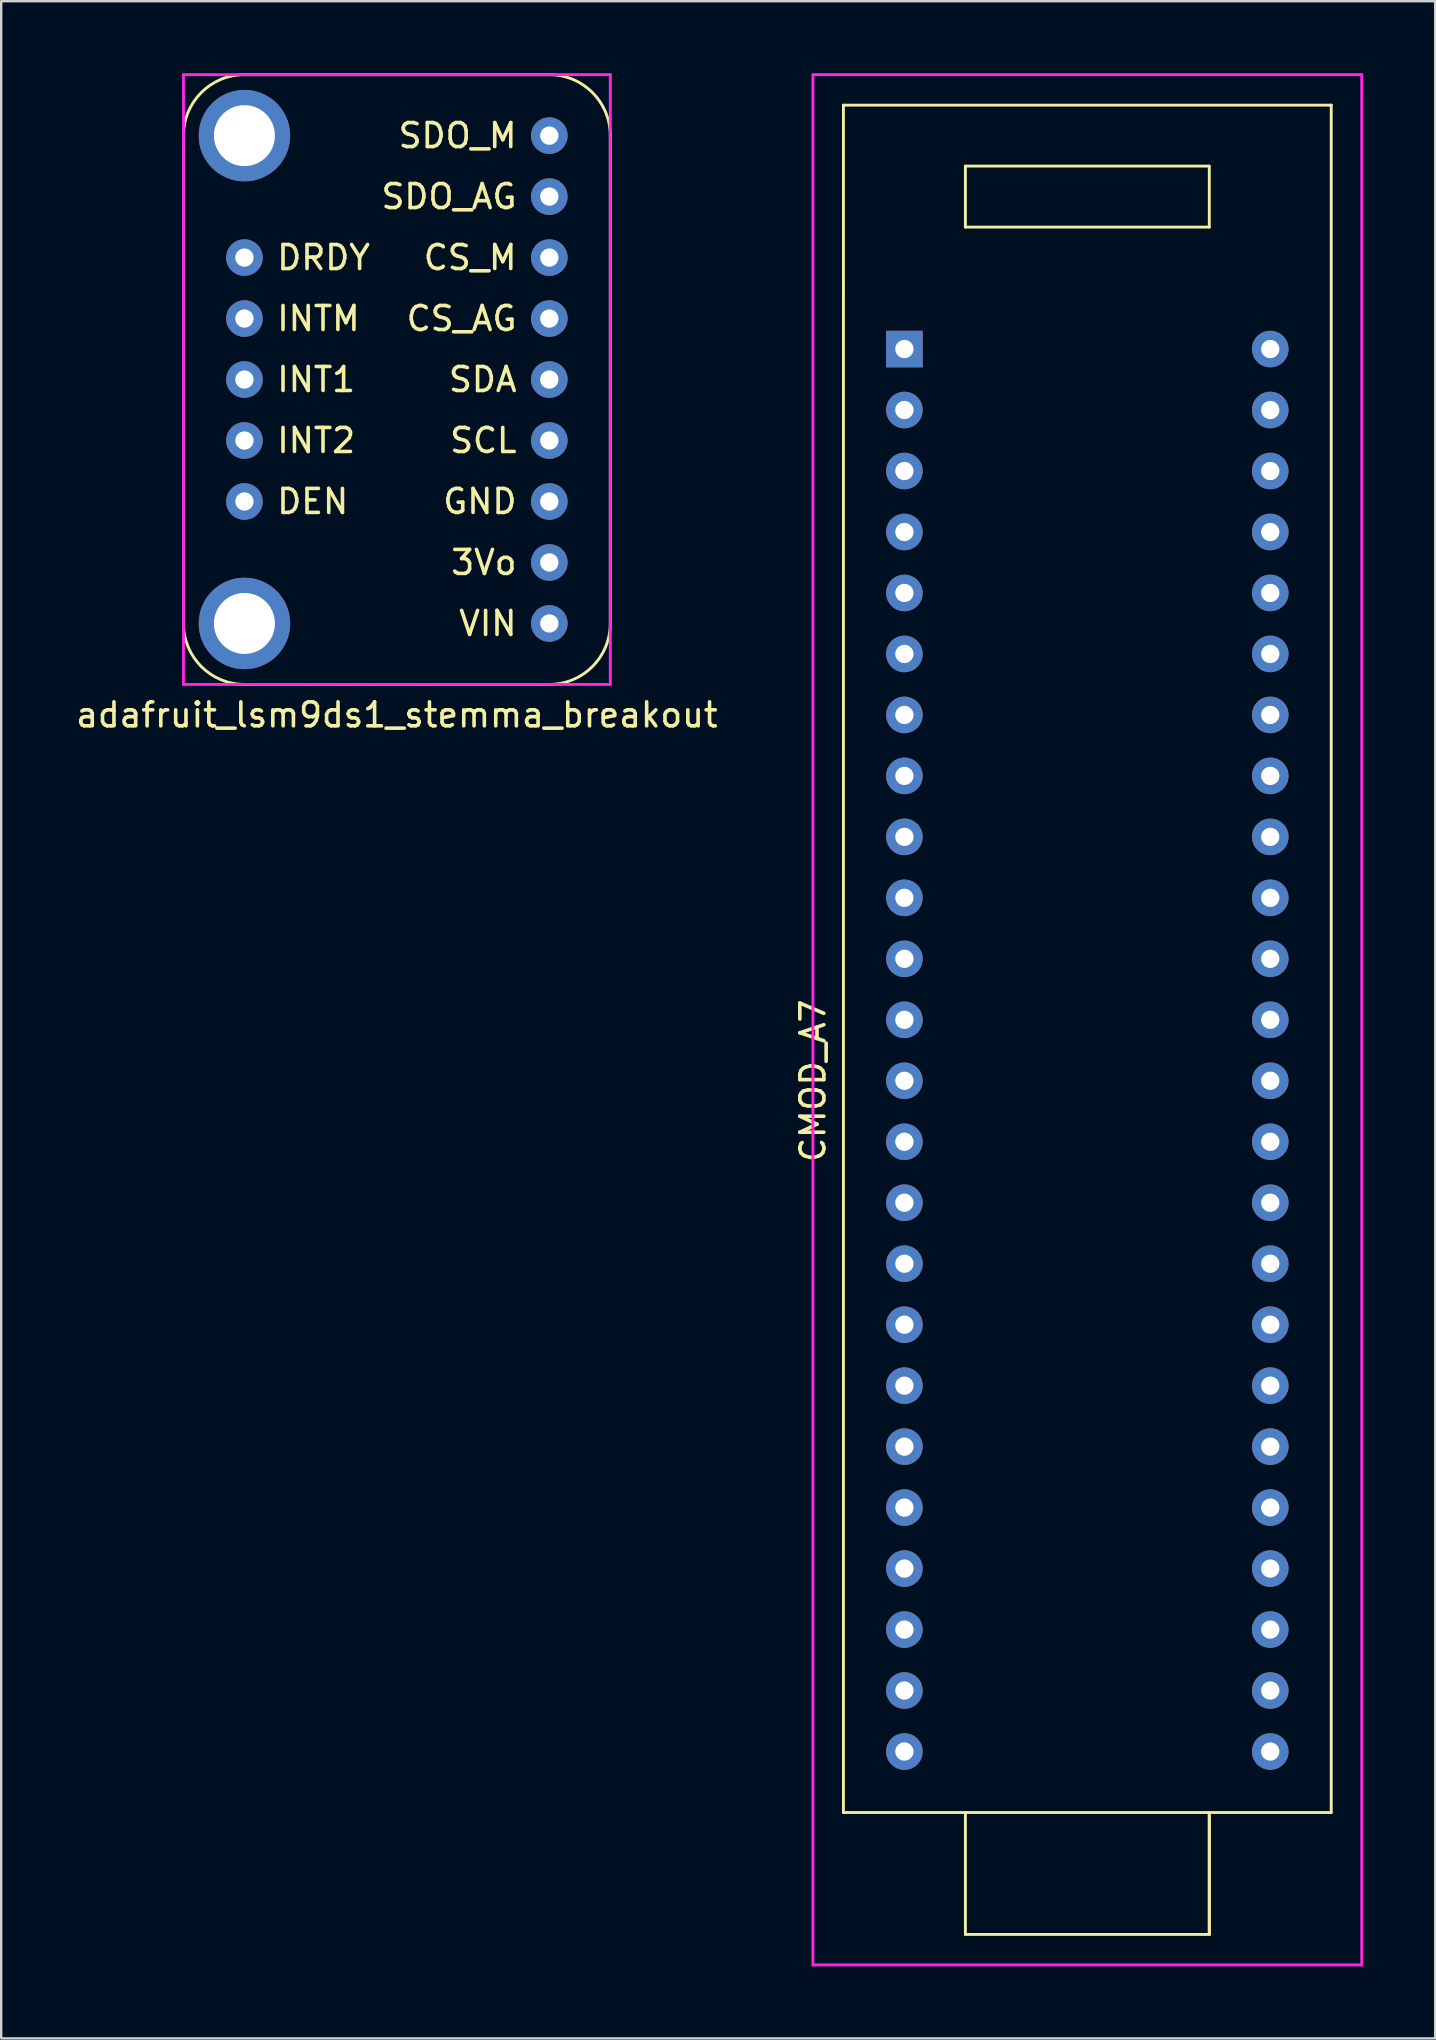
<source format=kicad_pcb>
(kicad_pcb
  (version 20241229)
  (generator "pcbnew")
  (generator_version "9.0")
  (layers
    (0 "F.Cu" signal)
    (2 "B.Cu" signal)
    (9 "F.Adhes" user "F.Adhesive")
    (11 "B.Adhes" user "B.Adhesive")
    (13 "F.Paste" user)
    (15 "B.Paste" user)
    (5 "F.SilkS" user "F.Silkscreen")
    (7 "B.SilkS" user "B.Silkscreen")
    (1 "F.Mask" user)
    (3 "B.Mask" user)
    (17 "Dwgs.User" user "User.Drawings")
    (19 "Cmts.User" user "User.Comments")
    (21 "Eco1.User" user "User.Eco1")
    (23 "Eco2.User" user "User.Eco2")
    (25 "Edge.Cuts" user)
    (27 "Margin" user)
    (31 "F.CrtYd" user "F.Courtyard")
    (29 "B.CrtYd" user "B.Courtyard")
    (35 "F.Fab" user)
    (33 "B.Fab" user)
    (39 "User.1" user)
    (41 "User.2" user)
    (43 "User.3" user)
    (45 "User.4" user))
  (footprint "adafruit_lsm9ds1_stemma_breakout"
    (layer "F.Cu")
    (at 13.482 12.76)
    (property "Reference" "adafruit_lsm9ds1_stemma_breakout" (at 0 13.97 0) (layer "F.SilkS") (effects (font (size 1 1) (thickness 0.15))))
    (attr through_hole)
    (fp_line (start -8.89 -10.16) (end -8.89 10.16) (stroke (width 0.12) (type solid)) (layer "F.SilkS"))
    (fp_line (start -6.35 12.7) (end 6.35 12.7) (stroke (width 0.12) (type solid)) (layer "F.SilkS"))
    (fp_line (start 6.35 -12.7) (end -6.35 -12.7) (stroke (width 0.12) (type solid)) (layer "F.SilkS"))
    (fp_line (start 8.89 10.16) (end 8.89 -10.16) (stroke (width 0.12) (type solid)) (layer "F.SilkS"))
    (fp_arc (start -8.89 -10.16) (mid -8.146051 -11.956051) (end -6.35 -12.7) (stroke (width 0.12) (type solid)) (layer "F.SilkS"))
    (fp_arc (start -6.35 12.7) (mid -8.146051 11.956051) (end -8.89 10.16) (stroke (width 0.12) (type solid)) (layer "F.SilkS"))
    (fp_arc (start 6.35 -12.7) (mid 8.146051 -11.956051) (end 8.89 -10.16) (stroke (width 0.12) (type solid)) (layer "F.SilkS"))
    (fp_arc (start 8.89 10.16) (mid 8.146051 11.956051) (end 6.35 12.7) (stroke (width 0.12) (type solid)) (layer "F.SilkS"))
    (fp_line (start -8.89 -12.7) (end -8.89 12.7) (stroke (width 0.12) (type solid)) (layer "F.CrtYd"))
    (fp_line (start 8.89 -12.7) (end -8.89 -12.7) (stroke (width 0.12) (type solid)) (layer "F.CrtYd"))
    (fp_line (start 8.89 12.7) (end -8.89 12.7) (stroke (width 0.12) (type solid)) (layer "F.CrtYd"))
    (fp_line (start 8.89 12.7) (end 8.89 -12.7) (stroke (width 0.12) (type solid)) (layer "F.CrtYd"))
    (fp_text user "GND" (at 5.08 5.08 0) (layer "F.SilkS") (effects (font (size 1 1) (thickness 0.15)) (justify right)))
    (fp_text user "DRDY" (at -5.08 -5.08 0) (layer "F.SilkS") (effects (font (size 1 1) (thickness 0.15)) (justify left)))
    (fp_text user "SDA" (at 5.08 0 0) (layer "F.SilkS") (effects (font (size 1 1) (thickness 0.15)) (justify right)))
    (fp_text user "INT1" (at -5.08 0 0) (layer "F.SilkS") (effects (font (size 1 1) (thickness 0.15)) (justify left)))
    (fp_text user "CS_AG" (at 5.08 -2.54 0) (layer "F.SilkS") (effects (font (size 1 1) (thickness 0.15)) (justify right)))
    (fp_text user "DEN" (at -5.08 5.08 0) (layer "F.SilkS") (effects (font (size 1 1) (thickness 0.15)) (justify left)))
    (fp_text user "INTM" (at -5.08 -2.54 0) (layer "F.SilkS") (effects (font (size 1 1) (thickness 0.15)) (justify left)))
    (fp_text user "CS_M" (at 5.08 -5.08 0) (layer "F.SilkS") (effects (font (size 1 1) (thickness 0.15)) (justify right)))
    (fp_text user "SCL" (at 5.08 2.54 0) (layer "F.SilkS") (effects (font (size 1 1) (thickness 0.15)) (justify right)))
    (fp_text user "SDO_AG" (at 5.08 -7.62 0) (layer "F.SilkS") (effects (font (size 1 1) (thickness 0.15)) (justify right)))
    (fp_text user "VIN" (at 5.08 10.16 0) (layer "F.SilkS") (effects (font (size 1 1) (thickness 0.15)) (justify right)))
    (fp_text user "SDO_M" (at 5.08 -10.16 0) (layer "F.SilkS") (effects (font (size 1 1) (thickness 0.15)) (justify right)))
    (fp_text user "INT2" (at -5.08 2.54 0) (layer "F.SilkS") (effects (font (size 1 1) (thickness 0.15)) (justify left)))
    (fp_text user "3Vo" (at 5.08 7.62 0) (layer "F.SilkS") (effects (font (size 1 1) (thickness 0.15)) (justify right)))
    (pad "" np_thru_hole circle (at -6.35 -10.16) (size 3.81 3.81) (drill 2.54) (layers "*.Cu" "*.Mask"))
    (pad "" np_thru_hole circle (at -6.35 10.16) (size 3.81 3.81) (drill 2.54) (layers "*.Cu" "*.Mask"))
    (pad "1" thru_hole circle (at -6.35 -5.08) (size 1.524 1.524) (drill 0.762) (layers "*.Cu" "*.Mask"))
    (pad "2" thru_hole circle (at -6.35 -2.54) (size 1.524 1.524) (drill 0.762) (layers "*.Cu" "*.Mask"))
    (pad "3" thru_hole circle (at -6.35 0) (size 1.524 1.524) (drill 0.762) (layers "*.Cu" "*.Mask"))
    (pad "4" thru_hole circle (at -6.35 2.54) (size 1.524 1.524) (drill 0.762) (layers "*.Cu" "*.Mask"))
    (pad "5" thru_hole circle (at -6.35 5.08) (size 1.524 1.524) (drill 0.762) (layers "*.Cu" "*.Mask"))
    (pad "6" thru_hole circle (at 6.35 10.16) (size 1.524 1.524) (drill 0.762) (layers "*.Cu" "*.Mask"))
    (pad "7" thru_hole circle (at 6.35 7.62) (size 1.524 1.524) (drill 0.762) (layers "*.Cu" "*.Mask"))
    (pad "8" thru_hole circle (at 6.35 5.08) (size 1.524 1.524) (drill 0.762) (layers "*.Cu" "*.Mask"))
    (pad "9" thru_hole circle (at 6.35 2.54) (size 1.524 1.524) (drill 0.762) (layers "*.Cu" "*.Mask"))
    (pad "10" thru_hole circle (at 6.35 0) (size 1.524 1.524) (drill 0.762) (layers "*.Cu" "*.Mask"))
    (pad "11" thru_hole circle (at 6.35 -2.54) (size 1.524 1.524) (drill 0.762) (layers "*.Cu" "*.Mask"))
    (pad "12" thru_hole circle (at 6.35 -5.08) (size 1.524 1.524) (drill 0.762) (layers "*.Cu" "*.Mask"))
    (pad "13" thru_hole circle (at 6.35 -7.62) (size 1.524 1.524) (drill 0.762) (layers "*.Cu" "*.Mask"))
    (pad "14" thru_hole circle (at 6.35 -10.16) (size 1.524 1.524) (drill 0.762) (layers "*.Cu" "*.Mask")))
  (footprint "CMOD_A7"
    (layer "F.Cu")
    (at 42.243 41.97)
    (property "Reference" "CMOD_A7" (at -11.43 0 90) (unlocked yes) (layer "F.SilkS") (effects (font (size 1 1) (thickness 0.15))))
    (attr through_hole)
    (fp_line (start -10.16 -33.02) (end -10.16 -40.64) (stroke (width 0.12) (type solid)) (layer "F.SilkS"))
    (fp_line (start -10.16 -33.02) (end -10.16 30.48) (stroke (width 0.12) (type solid)) (layer "F.SilkS"))
    (fp_line (start -10.16 30.48) (end 10.16 30.48) (stroke (width 0.12) (type solid)) (layer "F.SilkS"))
    (fp_line (start -5.08 -38.1) (end -5.08 -35.56) (stroke (width 0.12) (type solid)) (layer "F.SilkS"))
    (fp_line (start -5.08 -35.56) (end 5.08 -35.56) (stroke (width 0.12) (type solid)) (layer "F.SilkS"))
    (fp_line (start -5.08 30.48) (end -5.08 35.56) (stroke (width 0.12) (type solid)) (layer "F.SilkS"))
    (fp_line (start -5.08 35.56) (end 5.08 35.56) (stroke (width 0.12) (type solid)) (layer "F.SilkS"))
    (fp_line (start 5.08 -38.1) (end -5.08 -38.1) (stroke (width 0.12) (type solid)) (layer "F.SilkS"))
    (fp_line (start 5.08 -35.56) (end 5.08 -38.1) (stroke (width 0.12) (type solid)) (layer "F.SilkS"))
    (fp_line (start 5.08 30.48) (end 5.08 35.56) (stroke (width 0.12) (type solid)) (layer "F.SilkS"))
    (fp_line (start 5.08 35.56) (end 5.08 30.48) (stroke (width 0.12) (type solid)) (layer "F.SilkS"))
    (fp_line (start 10.16 -40.64) (end -10.16 -40.64) (stroke (width 0.12) (type solid)) (layer "F.SilkS"))
    (fp_line (start 10.16 30.48) (end 10.16 -40.64) (stroke (width 0.12) (type solid)) (layer "F.SilkS"))
    (fp_line (start -11.43 -41.91) (end -11.43 36.83) (stroke (width 0.12) (type solid)) (layer "F.CrtYd"))
    (fp_line (start -11.43 36.83) (end 11.43 36.83) (stroke (width 0.12) (type solid)) (layer "F.CrtYd"))
    (fp_line (start 11.43 -41.91) (end -11.43 -41.91) (stroke (width 0.12) (type solid)) (layer "F.CrtYd"))
    (fp_line (start 11.43 36.83) (end 11.43 -41.91) (stroke (width 0.12) (type solid)) (layer "F.CrtYd"))
    (pad "1" thru_hole rect (at -7.62 -30.48) (size 1.524 1.524) (drill 0.762) (layers "*.Cu" "*.Mask"))
    (pad "2" thru_hole circle (at -7.62 -27.94) (size 1.524 1.524) (drill 0.762) (layers "*.Cu" "*.Mask"))
    (pad "3" thru_hole circle (at -7.62 -25.4) (size 1.524 1.524) (drill 0.762) (layers "*.Cu" "*.Mask"))
    (pad "4" thru_hole circle (at -7.62 -22.86) (size 1.524 1.524) (drill 0.762) (layers "*.Cu" "*.Mask"))
    (pad "5" thru_hole circle (at -7.62 -20.32) (size 1.524 1.524) (drill 0.762) (layers "*.Cu" "*.Mask"))
    (pad "6" thru_hole circle (at -7.62 -17.78) (size 1.524 1.524) (drill 0.762) (layers "*.Cu" "*.Mask"))
    (pad "7" thru_hole circle (at -7.62 -15.24) (size 1.524 1.524) (drill 0.762) (layers "*.Cu" "*.Mask"))
    (pad "8" thru_hole circle (at -7.62 -12.7) (size 1.524 1.524) (drill 0.762) (layers "*.Cu" "*.Mask"))
    (pad "9" thru_hole circle (at -7.62 -10.16) (size 1.524 1.524) (drill 0.762) (layers "*.Cu" "*.Mask"))
    (pad "10" thru_hole circle (at -7.62 -7.62) (size 1.524 1.524) (drill 0.762) (layers "*.Cu" "*.Mask"))
    (pad "11" thru_hole circle (at -7.62 -5.08) (size 1.524 1.524) (drill 0.762) (layers "*.Cu" "*.Mask"))
    (pad "12" thru_hole circle (at -7.62 -2.54) (size 1.524 1.524) (drill 0.762) (layers "*.Cu" "*.Mask"))
    (pad "13" thru_hole circle (at -7.62 0) (size 1.524 1.524) (drill 0.762) (layers "*.Cu" "*.Mask"))
    (pad "14" thru_hole circle (at -7.62 2.54) (size 1.524 1.524) (drill 0.762) (layers "*.Cu" "*.Mask"))
    (pad "15" thru_hole circle (at -7.62 5.08) (size 1.524 1.524) (drill 0.762) (layers "*.Cu" "*.Mask"))
    (pad "16" thru_hole circle (at -7.62 7.62) (size 1.524 1.524) (drill 0.762) (layers "*.Cu" "*.Mask"))
    (pad "17" thru_hole circle (at -7.62 10.16) (size 1.524 1.524) (drill 0.762) (layers "*.Cu" "*.Mask"))
    (pad "18" thru_hole circle (at -7.62 12.7) (size 1.524 1.524) (drill 0.762) (layers "*.Cu" "*.Mask"))
    (pad "19" thru_hole circle (at -7.62 15.24) (size 1.524 1.524) (drill 0.762) (layers "*.Cu" "*.Mask"))
    (pad "20" thru_hole circle (at -7.62 17.78) (size 1.524 1.524) (drill 0.762) (layers "*.Cu" "*.Mask"))
    (pad "21" thru_hole circle (at -7.62 20.32) (size 1.524 1.524) (drill 0.762) (layers "*.Cu" "*.Mask"))
    (pad "22" thru_hole circle (at -7.62 22.86) (size 1.524 1.524) (drill 0.762) (layers "*.Cu" "*.Mask"))
    (pad "23" thru_hole circle (at -7.62 25.4) (size 1.524 1.524) (drill 0.762) (layers "*.Cu" "*.Mask"))
    (pad "24" thru_hole circle (at -7.62 27.94) (size 1.524 1.524) (drill 0.762) (layers "*.Cu" "*.Mask"))
    (pad "25" thru_hole circle (at 7.62 27.94) (size 1.524 1.524) (drill 0.762) (layers "*.Cu" "*.Mask"))
    (pad "26" thru_hole circle (at 7.62 25.4) (size 1.524 1.524) (drill 0.762) (layers "*.Cu" "*.Mask"))
    (pad "27" thru_hole circle (at 7.62 22.86) (size 1.524 1.524) (drill 0.762) (layers "*.Cu" "*.Mask"))
    (pad "28" thru_hole circle (at 7.62 20.32) (size 1.524 1.524) (drill 0.762) (layers "*.Cu" "*.Mask"))
    (pad "29" thru_hole circle (at 7.62 17.78) (size 1.524 1.524) (drill 0.762) (layers "*.Cu" "*.Mask"))
    (pad "30" thru_hole circle (at 7.62 15.24) (size 1.524 1.524) (drill 0.762) (layers "*.Cu" "*.Mask"))
    (pad "31" thru_hole circle (at 7.62 12.7) (size 1.524 1.524) (drill 0.762) (layers "*.Cu" "*.Mask"))
    (pad "32" thru_hole circle (at 7.62 10.16) (size 1.524 1.524) (drill 0.762) (layers "*.Cu" "*.Mask"))
    (pad "33" thru_hole circle (at 7.62 7.62) (size 1.524 1.524) (drill 0.762) (layers "*.Cu" "*.Mask"))
    (pad "34" thru_hole circle (at 7.62 5.08) (size 1.524 1.524) (drill 0.762) (layers "*.Cu" "*.Mask"))
    (pad "35" thru_hole circle (at 7.62 2.54) (size 1.524 1.524) (drill 0.762) (layers "*.Cu" "*.Mask"))
    (pad "36" thru_hole circle (at 7.62 0) (size 1.524 1.524) (drill 0.762) (layers "*.Cu" "*.Mask"))
    (pad "37" thru_hole circle (at 7.62 -2.54) (size 1.524 1.524) (drill 0.762) (layers "*.Cu" "*.Mask"))
    (pad "38" thru_hole circle (at 7.62 -5.08) (size 1.524 1.524) (drill 0.762) (layers "*.Cu" "*.Mask"))
    (pad "39" thru_hole circle (at 7.62 -7.62) (size 1.524 1.524) (drill 0.762) (layers "*.Cu" "*.Mask"))
    (pad "40" thru_hole circle (at 7.62 -10.16) (size 1.524 1.524) (drill 0.762) (layers "*.Cu" "*.Mask"))
    (pad "41" thru_hole circle (at 7.62 -12.7) (size 1.524 1.524) (drill 0.762) (layers "*.Cu" "*.Mask"))
    (pad "42" thru_hole circle (at 7.62 -15.24) (size 1.524 1.524) (drill 0.762) (layers "*.Cu" "*.Mask"))
    (pad "43" thru_hole circle (at 7.62 -17.78) (size 1.524 1.524) (drill 0.762) (layers "*.Cu" "*.Mask"))
    (pad "44" thru_hole circle (at 7.62 -20.32) (size 1.524 1.524) (drill 0.762) (layers "*.Cu" "*.Mask"))
    (pad "45" thru_hole circle (at 7.62 -22.86) (size 1.524 1.524) (drill 0.762) (layers "*.Cu" "*.Mask"))
    (pad "46" thru_hole circle (at 7.62 -25.4) (size 1.524 1.524) (drill 0.762) (layers "*.Cu" "*.Mask"))
    (pad "47" thru_hole circle (at 7.62 -27.94) (size 1.524 1.524) (drill 0.762) (layers "*.Cu" "*.Mask"))
    (pad "48" thru_hole circle (at 7.62 -30.48) (size 1.524 1.524) (drill 0.762) (layers "*.Cu" "*.Mask")))
  (gr_rect
    (start -3 -3)
    (end 56.733 81.86)
    (stroke (width 0.1) (type default))
    (fill no)
    (layer "Edge.Cuts")))
</source>
